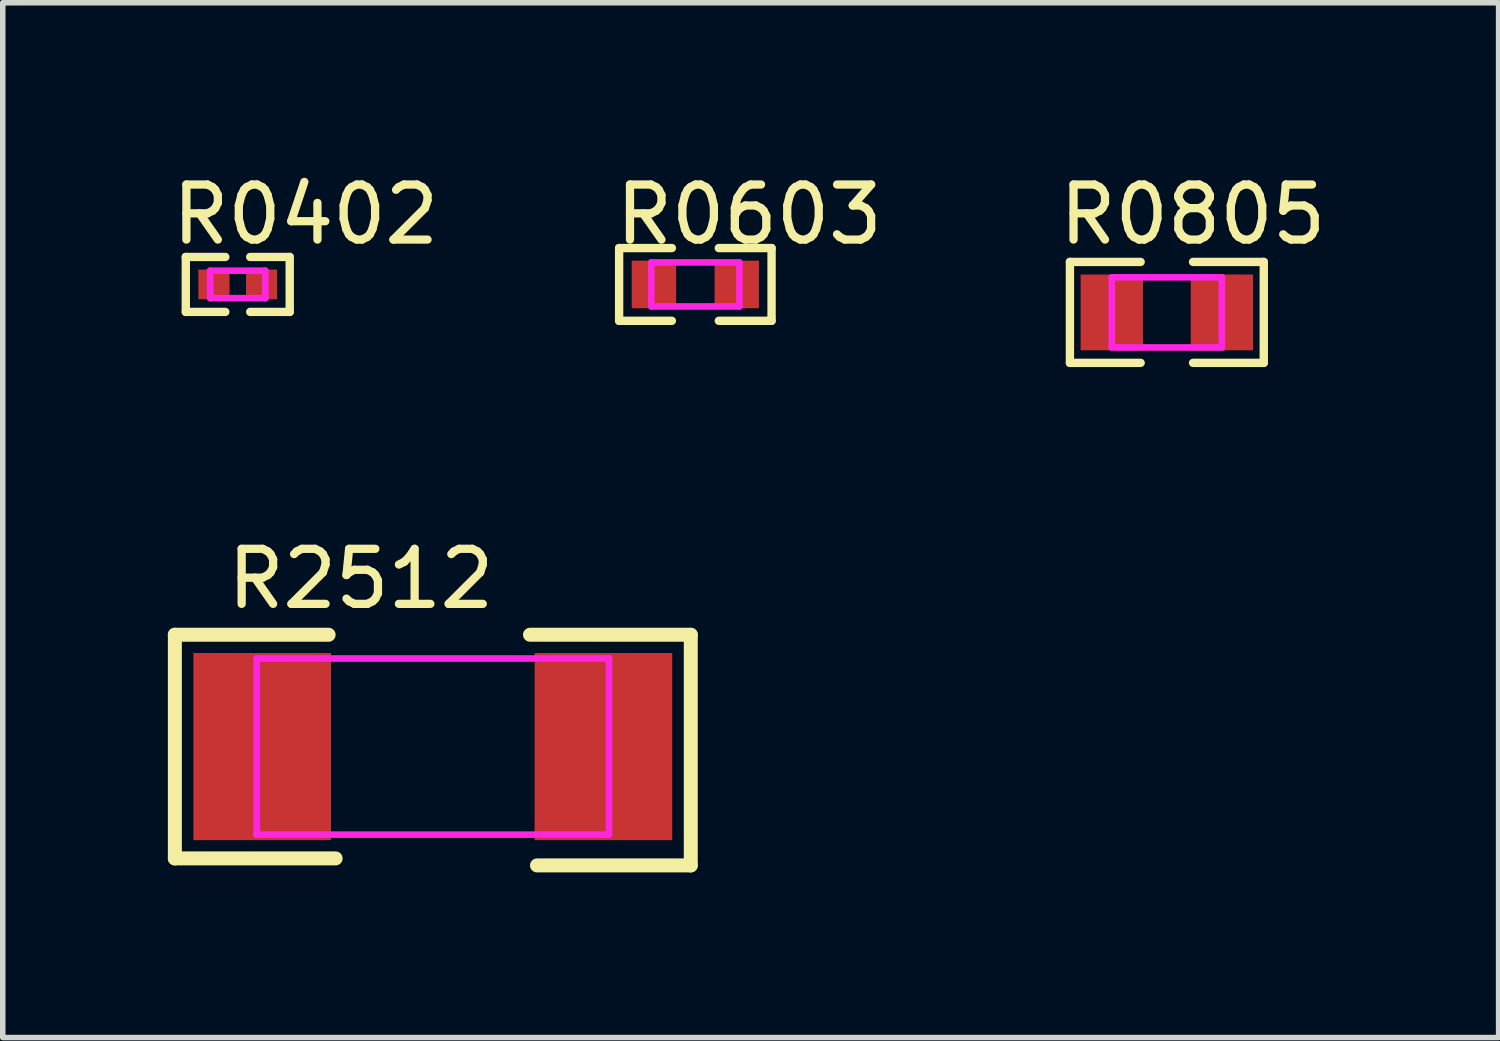
<source format=kicad_pcb>
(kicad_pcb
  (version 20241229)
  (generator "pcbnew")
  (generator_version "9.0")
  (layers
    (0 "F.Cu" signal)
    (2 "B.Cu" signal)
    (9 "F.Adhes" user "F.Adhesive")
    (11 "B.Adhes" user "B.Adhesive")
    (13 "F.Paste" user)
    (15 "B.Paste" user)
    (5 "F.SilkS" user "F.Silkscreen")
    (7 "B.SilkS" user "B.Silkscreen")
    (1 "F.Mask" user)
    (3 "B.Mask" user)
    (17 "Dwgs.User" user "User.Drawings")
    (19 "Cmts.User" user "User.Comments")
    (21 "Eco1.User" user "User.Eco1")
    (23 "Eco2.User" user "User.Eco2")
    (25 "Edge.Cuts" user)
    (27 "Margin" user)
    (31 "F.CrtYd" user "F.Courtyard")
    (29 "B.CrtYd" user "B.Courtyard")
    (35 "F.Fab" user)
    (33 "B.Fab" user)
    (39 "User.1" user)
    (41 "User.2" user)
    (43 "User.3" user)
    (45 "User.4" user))
  (footprint "R0603"
    (layer "F.Cu")
    (at 9.584 2.118)
    (property "Reference" "R0603" (at -1.524 -1.27 0) (layer "F.SilkS") (effects (font (size 1 1) (thickness 0.15)) (justify left)))
    (attr through_hole)
    (fp_line (start -1.385 -0.661) (end -0.426 -0.661) (stroke (width 0.152) (type solid)) (layer "F.SilkS"))
    (fp_line (start -1.385 0.661) (end -1.385 -0.661) (stroke (width 0.152) (type solid)) (layer "F.SilkS"))
    (fp_line (start -0.426 0.661) (end -1.385 0.661) (stroke (width 0.152) (type solid)) (layer "F.SilkS"))
    (fp_line (start 0.426 0.661) (end 1.385 0.661) (stroke (width 0.152) (type solid)) (layer "F.SilkS"))
    (fp_line (start 1.385 -0.661) (end 0.426 -0.661) (stroke (width 0.152) (type solid)) (layer "F.SilkS"))
    (fp_line (start 1.385 0.661) (end 1.385 -0.661) (stroke (width 0.152) (type solid)) (layer "F.SilkS"))
    (fp_poly (pts (xy -1.195 0.45) (xy -0.395 0.45) (xy -0.345 0.4) (xy -0.345 0.172) (xy -0.715 0.172) (xy -0.715 -0.158) (xy -0.345 -0.158) (xy -0.345 -0.4) (xy -0.395 -0.45) (xy -1.195 -0.45) (xy -1.245 -0.4) (xy -1.245 0.4)) (stroke (width 0.12) (type solid)) (fill yes) (layer "F.Paste"))
    (fp_poly (pts (xy 1.195 -0.45) (xy 0.395 -0.45) (xy 0.345 -0.4) (xy 0.345 -0.172) (xy 0.715 -0.172) (xy 0.715 0.158) (xy 0.345 0.158) (xy 0.345 0.4) (xy 0.395 0.45) (xy 1.195 0.45) (xy 1.245 0.4) (xy 1.245 -0.4)) (stroke (width 0.12) (type solid)) (fill yes) (layer "F.Paste"))
    (fp_circle (center -0.8 0.4) (end -0.77 0.4) (stroke (width 0.06) (type solid)) (fill no) (layer "Eco2.User"))
    (fp_poly (pts (xy -0.8 0.4) (xy -0.8 -0.4) (xy -0.5 -0.4) (xy -0.5 0.4)) (stroke (width 0.12) (type solid)) (fill no) (layer "Eco2.User"))
    (fp_poly (pts (xy 0.8 0.4) (xy 0.8 -0.4) (xy 0.5 -0.4) (xy 0.5 0.4)) (stroke (width 0.12) (type solid)) (fill no) (layer "Eco2.User"))
    (fp_line (start -0.8 -0.4) (end 0.8 -0.4) (stroke (width 0.12) (type solid)) (layer "F.CrtYd"))
    (fp_line (start -0.8 0.4) (end -0.8 -0.4) (stroke (width 0.12) (type solid)) (layer "F.CrtYd"))
    (fp_line (start 0.8 -0.4) (end 0.8 0.4) (stroke (width 0.12) (type solid)) (layer "F.CrtYd"))
    (fp_line (start 0.8 0.4) (end -0.8 0.4) (stroke (width 0.12) (type solid)) (layer "F.CrtYd"))
    (pad "1" smd rect (at -0.753 0) (size 0.806 0.864) (layers "F.Cu" "F.Mask" "F.Paste"))
    (pad "2" smd rect (at 0.753 0) (size 0.806 0.864) (layers "F.Cu" "F.Mask" "F.Paste")))
  (footprint "R2512"
    (layer "F.Cu")
    (at 4.814 10.515)
    (property "Reference" "R2512" (at -3.81 -3.048 0) (layer "F.SilkS") (effects (font (size 1 1) (thickness 0.15)) (justify left)))
    (attr through_hole)
    (fp_line (start -4.687 -2.032) (end -4.687 2.032) (stroke (width 0.254) (type solid)) (layer "F.SilkS"))
    (fp_line (start -4.687 2.032) (end -1.766 2.032) (stroke (width 0.254) (type solid)) (layer "F.SilkS"))
    (fp_line (start -1.893 -2.032) (end -4.687 -2.032) (stroke (width 0.254) (type solid)) (layer "F.SilkS"))
    (fp_line (start 1.893 2.159) (end 4.687 2.159) (stroke (width 0.254) (type solid)) (layer "F.SilkS"))
    (fp_line (start 4.687 -2.032) (end 1.766 -2.032) (stroke (width 0.254) (type solid)) (layer "F.SilkS"))
    (fp_line (start 4.687 2.159) (end 4.687 -2.032) (stroke (width 0.254) (type solid)) (layer "F.SilkS"))
    (fp_circle (center -3.2 1.6) (end -3.17 1.6) (stroke (width 0.06) (type solid)) (fill no) (layer "Eco2.User"))
    (fp_poly (pts (xy -3.2 -1.6) (xy -2.3 -1.6) (xy -2.3 1.6) (xy -3.2 1.6)) (stroke (width 0.12) (type solid)) (fill no) (layer "Eco2.User"))
    (fp_poly (pts (xy 2.3 -1.6) (xy 3.2 -1.6) (xy 3.2 1.6) (xy 2.3 1.6)) (stroke (width 0.12) (type solid)) (fill no) (layer "Eco2.User"))
    (fp_line (start -3.2 -1.6) (end 3.2 -1.6) (stroke (width 0.12) (type solid)) (layer "F.CrtYd"))
    (fp_line (start -3.2 1.6) (end -3.2 -1.6) (stroke (width 0.12) (type solid)) (layer "F.CrtYd"))
    (fp_line (start 3.2 -1.6) (end 3.2 1.6) (stroke (width 0.12) (type solid)) (layer "F.CrtYd"))
    (fp_line (start 3.2 1.6) (end -3.2 1.6) (stroke (width 0.12) (type solid)) (layer "F.CrtYd"))
    (pad "1" smd rect (at -3.1 0) (size 2.5 3.4) (layers "F.Cu" "F.Mask" "F.Paste"))
    (pad "2" smd rect (at 3.1 0) (size 2.5 3.4) (layers "F.Cu" "F.Mask" "F.Paste")))
  (footprint "R0402"
    (layer "F.Cu")
    (at 1.27 2.118)
    (property "Reference" "R0402" (at -1.27 -1.27 0) (layer "F.SilkS") (effects (font (size 1 1) (thickness 0.15)) (justify left)))
    (attr through_hole)
    (fp_line (start -0.944 -0.499) (end -0.226 -0.499) (stroke (width 0.152) (type solid)) (layer "F.SilkS"))
    (fp_line (start -0.944 0.499) (end -0.944 -0.499) (stroke (width 0.152) (type solid)) (layer "F.SilkS"))
    (fp_line (start -0.226 0.499) (end -0.944 0.499) (stroke (width 0.152) (type solid)) (layer "F.SilkS"))
    (fp_line (start 0.226 0.499) (end 0.944 0.499) (stroke (width 0.152) (type solid)) (layer "F.SilkS"))
    (fp_line (start 0.944 -0.499) (end 0.226 -0.499) (stroke (width 0.152) (type solid)) (layer "F.SilkS"))
    (fp_line (start 0.944 0.499) (end 0.944 -0.499) (stroke (width 0.152) (type solid)) (layer "F.SilkS"))
    (fp_poly (pts (xy -0.135 0.23) (xy -0.135 -0.23) (xy -0.175 -0.27) (xy -0.676 -0.27) (xy -0.716 -0.23) (xy -0.716 0.23) (xy -0.676 0.27) (xy -0.175 0.27)) (stroke (width 0.12) (type solid)) (fill yes) (layer "F.Paste"))
    (fp_poly (pts (xy 0.135 0.23) (xy 0.135 -0.23) (xy 0.175 -0.27) (xy 0.676 -0.27) (xy 0.716 -0.23) (xy 0.716 0.23) (xy 0.676 0.27) (xy 0.175 0.27)) (stroke (width 0.12) (type solid)) (fill yes) (layer "F.Paste"))
    (fp_circle (center -0.5 0.25) (end -0.47 0.25) (stroke (width 0.06) (type solid)) (fill no) (layer "Eco2.User"))
    (fp_poly (pts (xy -0.249 -0.25) (xy -0.249 0.25) (xy -0.499 0.25) (xy -0.499 -0.25)) (stroke (width 0.12) (type solid)) (fill no) (layer "Eco2.User"))
    (fp_poly (pts (xy 0.251 0.25) (xy 0.251 -0.25) (xy 0.501 -0.25) (xy 0.501 0.25)) (stroke (width 0.12) (type solid)) (fill no) (layer "Eco2.User"))
    (fp_line (start -0.5 -0.25) (end 0.5 -0.25) (stroke (width 0.12) (type solid)) (layer "F.CrtYd"))
    (fp_line (start -0.5 0.25) (end -0.5 -0.25) (stroke (width 0.12) (type solid)) (layer "F.CrtYd"))
    (fp_line (start 0.5 -0.25) (end 0.5 0.25) (stroke (width 0.12) (type solid)) (layer "F.CrtYd"))
    (fp_line (start 0.5 0.25) (end -0.5 0.25) (stroke (width 0.12) (type solid)) (layer "F.CrtYd"))
    (pad "1" smd rect (at -0.433 0) (size 0.566 0.54) (layers "F.Cu" "F.Mask" "F.Paste"))
    (pad "2" smd rect (at 0.433 0) (size 0.566 0.54) (layers "F.Cu" "F.Mask" "F.Paste")))
  (footprint "R0805"
    (layer "F.Cu")
    (at 18.151 2.626)
    (property "Reference" "R0805" (at -2.032 -1.778 0) (layer "F.SilkS") (effects (font (size 1 1) (thickness 0.15)) (justify left)))
    (attr through_hole)
    (fp_line (start -1.761 -0.917) (end -0.476 -0.917) (stroke (width 0.152) (type solid)) (layer "F.SilkS"))
    (fp_line (start -1.761 0.917) (end -1.761 -0.917) (stroke (width 0.152) (type solid)) (layer "F.SilkS"))
    (fp_line (start -0.476 0.917) (end -1.761 0.917) (stroke (width 0.152) (type solid)) (layer "F.SilkS"))
    (fp_line (start 0.476 0.917) (end 1.761 0.917) (stroke (width 0.152) (type solid)) (layer "F.SilkS"))
    (fp_line (start 1.761 -0.917) (end 0.476 -0.917) (stroke (width 0.152) (type solid)) (layer "F.SilkS"))
    (fp_line (start 1.761 0.917) (end 1.761 -0.917) (stroke (width 0.152) (type solid)) (layer "F.SilkS"))
    (fp_poly (pts (xy -1.7 0.64) (xy -1.7 -0.64) (xy -1.65 -0.69) (xy -0.5 -0.69) (xy -0.45 -0.64) (xy -0.445 -0.23) (xy -0.895 -0.23) (xy -0.895 0.22) (xy -0.455 0.22) (xy -0.45 0.64) (xy -0.5 0.69) (xy -1.65 0.69)) (stroke (width 0.12) (type solid)) (fill yes) (layer "F.Paste"))
    (fp_poly (pts (xy 0.45 0.64) (xy 0.45 0.22) (xy 0.895 0.22) (xy 0.895 -0.23) (xy 0.455 -0.23) (xy 0.45 -0.64) (xy 0.5 -0.69) (xy 1.65 -0.69) (xy 1.7 -0.64) (xy 1.7 0.64) (xy 1.65 0.69) (xy 0.5 0.69)) (stroke (width 0.12) (type solid)) (fill yes) (layer "F.Paste"))
    (fp_circle (center -1 0.638) (end -0.97 0.638) (stroke (width 0.06) (type solid)) (fill no) (layer "Eco2.User"))
    (fp_poly (pts (xy -1 0.637) (xy -1 -0.637) (xy -0.6 -0.637) (xy -0.6 0.637)) (stroke (width 0.12) (type solid)) (fill no) (layer "Eco2.User"))
    (fp_poly (pts (xy 1 0.637) (xy 1 -0.637) (xy 0.6 -0.637) (xy 0.6 0.637)) (stroke (width 0.12) (type solid)) (fill no) (layer "Eco2.User"))
    (fp_line (start -1 -0.637) (end 1 -0.637) (stroke (width 0.12) (type solid)) (layer "F.CrtYd"))
    (fp_line (start -1 0.637) (end -1 -0.637) (stroke (width 0.12) (type solid)) (layer "F.CrtYd"))
    (fp_line (start 1 -0.637) (end 1 0.637) (stroke (width 0.12) (type solid)) (layer "F.CrtYd"))
    (fp_line (start 1 0.637) (end -1 0.637) (stroke (width 0.12) (type solid)) (layer "F.CrtYd"))
    (pad "1" smd rect (at -1 0) (size 1.133 1.377) (layers "F.Cu" "F.Mask" "F.Paste"))
    (pad "2" smd rect (at 1 0) (size 1.133 1.377) (layers "F.Cu" "F.Mask" "F.Paste")))
  (gr_rect
    (start -3 -3)
    (end 24.179 15.802)
    (stroke (width 0.1) (type default))
    (fill no)
    (layer "Edge.Cuts")))
</source>
